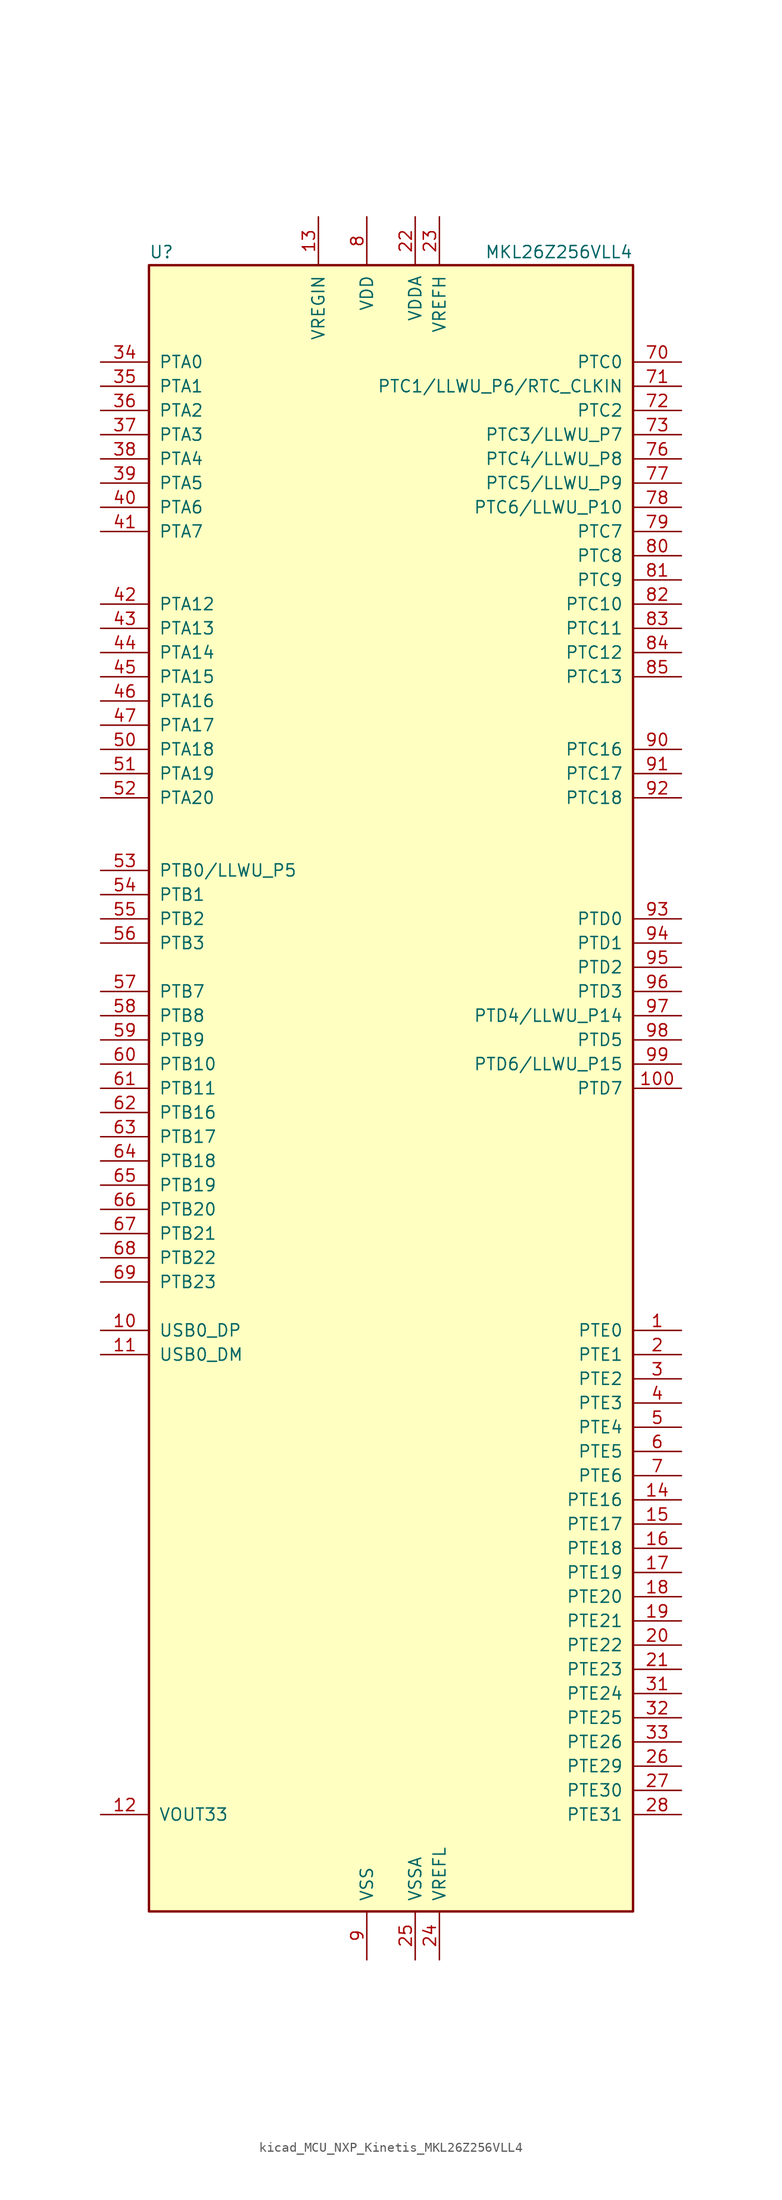
<source format=kicad_sym>
(kicad_symbol_lib
  (version 20220914)
  (generator kicad_symbol_editor)
  (symbol "kicad_MCU_NXP_Kinetis_MKL26Z256VLL4"
    (pin_names
      (offset 1.016))
    (property "Reference" "U"
      (at -25.4 86.995 0)
      (effects (font (size 1.27 1.27)) (justify left bottom)))
    (property "Value" "MKL26Z256VLL4"
      (at 25.4 86.995 0)
      (effects (font (size 1.27 1.27)) (justify right bottom)))
    (symbol "kicad_MCU_NXP_Kinetis_MKL26Z256VLL4_0_1"
      (rectangle (start -25.4 86.36) (end 25.4 -86.36) (stroke (width 0.254) (type default)) (fill (type background))))
    (symbol "kicad_MCU_NXP_Kinetis_MKL26Z256VLL4_1_1"
      (pin bidirectional line (at 30.48 -25.4 180) (length 5.08) (name "PTE0" (effects (font (size 1.27 1.27)))) (number "1" (effects (font (size 1.27 1.27)))))
      (pin bidirectional line (at -30.48 -25.4 0) (length 5.08) (name "USB0_DP" (effects (font (size 1.27 1.27)))) (number "10" (effects (font (size 1.27 1.27)))))
      (pin bidirectional line (at 30.48 0 180) (length 5.08) (name "PTD7" (effects (font (size 1.27 1.27)))) (number "100" (effects (font (size 1.27 1.27)))))
      (pin bidirectional line (at -30.48 -27.94 0) (length 5.08) (name "USB0_DM" (effects (font (size 1.27 1.27)))) (number "11" (effects (font (size 1.27 1.27)))))
      (pin power_out line (at -30.48 -76.2 0) (length 5.08) (name "VOUT33" (effects (font (size 1.27 1.27)))) (number "12" (effects (font (size 1.27 1.27)))))
      (pin power_in line (at -7.62 91.44 270) (length 5.08) (name "VREGIN" (effects (font (size 1.27 1.27)))) (number "13" (effects (font (size 1.27 1.27)))))
      (pin bidirectional line (at 30.48 -43.18 180) (length 5.08) (name "PTE16" (effects (font (size 1.27 1.27)))) (number "14" (effects (font (size 1.27 1.27)))))
      (pin bidirectional line (at 30.48 -45.72 180) (length 5.08) (name "PTE17" (effects (font (size 1.27 1.27)))) (number "15" (effects (font (size 1.27 1.27)))))
      (pin bidirectional line (at 30.48 -48.26 180) (length 5.08) (name "PTE18" (effects (font (size 1.27 1.27)))) (number "16" (effects (font (size 1.27 1.27)))))
      (pin bidirectional line (at 30.48 -50.8 180) (length 5.08) (name "PTE19" (effects (font (size 1.27 1.27)))) (number "17" (effects (font (size 1.27 1.27)))))
      (pin bidirectional line (at 30.48 -53.34 180) (length 5.08) (name "PTE20" (effects (font (size 1.27 1.27)))) (number "18" (effects (font (size 1.27 1.27)))))
      (pin bidirectional line (at 30.48 -55.88 180) (length 5.08) (name "PTE21" (effects (font (size 1.27 1.27)))) (number "19" (effects (font (size 1.27 1.27)))))
      (pin bidirectional line (at 30.48 -27.94 180) (length 5.08) (name "PTE1" (effects (font (size 1.27 1.27)))) (number "2" (effects (font (size 1.27 1.27)))))
      (pin bidirectional line (at 30.48 -58.42 180) (length 5.08) (name "PTE22" (effects (font (size 1.27 1.27)))) (number "20" (effects (font (size 1.27 1.27)))))
      (pin bidirectional line (at 30.48 -60.96 180) (length 5.08) (name "PTE23" (effects (font (size 1.27 1.27)))) (number "21" (effects (font (size 1.27 1.27)))))
      (pin power_in line (at 2.54 91.44 270) (length 5.08) (name "VDDA" (effects (font (size 1.27 1.27)))) (number "22" (effects (font (size 1.27 1.27)))))
      (pin power_in line (at 5.08 91.44 270) (length 5.08) (name "VREFH" (effects (font (size 1.27 1.27)))) (number "23" (effects (font (size 1.27 1.27)))))
      (pin power_in line (at 5.08 -91.44 90) (length 5.08) (name "VREFL" (effects (font (size 1.27 1.27)))) (number "24" (effects (font (size 1.27 1.27)))))
      (pin power_in line (at 2.54 -91.44 90) (length 5.08) (name "VSSA" (effects (font (size 1.27 1.27)))) (number "25" (effects (font (size 1.27 1.27)))))
      (pin bidirectional line (at 30.48 -71.12 180) (length 5.08) (name "PTE29" (effects (font (size 1.27 1.27)))) (number "26" (effects (font (size 1.27 1.27)))))
      (pin bidirectional line (at 30.48 -73.66 180) (length 5.08) (name "PTE30" (effects (font (size 1.27 1.27)))) (number "27" (effects (font (size 1.27 1.27)))))
      (pin bidirectional line (at 30.48 -76.2 180) (length 5.08) (name "PTE31" (effects (font (size 1.27 1.27)))) (number "28" (effects (font (size 1.27 1.27)))))
      (pin passive line (at -2.54 -91.44 90) (length 5.08) hide (name "VSS" (effects (font (size 1.27 1.27)))) (number "29" (effects (font (size 1.27 1.27)))))
      (pin bidirectional line (at 30.48 -30.48 180) (length 5.08) (name "PTE2" (effects (font (size 1.27 1.27)))) (number "3" (effects (font (size 1.27 1.27)))))
      (pin passive line (at -2.54 91.44 270) (length 5.08) hide (name "VDD" (effects (font (size 1.27 1.27)))) (number "30" (effects (font (size 1.27 1.27)))))
      (pin bidirectional line (at 30.48 -63.5 180) (length 5.08) (name "PTE24" (effects (font (size 1.27 1.27)))) (number "31" (effects (font (size 1.27 1.27)))))
      (pin bidirectional line (at 30.48 -66.04 180) (length 5.08) (name "PTE25" (effects (font (size 1.27 1.27)))) (number "32" (effects (font (size 1.27 1.27)))))
      (pin bidirectional line (at 30.48 -68.58 180) (length 5.08) (name "PTE26" (effects (font (size 1.27 1.27)))) (number "33" (effects (font (size 1.27 1.27)))))
      (pin bidirectional line (at -30.48 76.2 0) (length 5.08) (name "PTA0" (effects (font (size 1.27 1.27)))) (number "34" (effects (font (size 1.27 1.27)))))
      (pin bidirectional line (at -30.48 73.66 0) (length 5.08) (name "PTA1" (effects (font (size 1.27 1.27)))) (number "35" (effects (font (size 1.27 1.27)))))
      (pin bidirectional line (at -30.48 71.12 0) (length 5.08) (name "PTA2" (effects (font (size 1.27 1.27)))) (number "36" (effects (font (size 1.27 1.27)))))
      (pin bidirectional line (at -30.48 68.58 0) (length 5.08) (name "PTA3" (effects (font (size 1.27 1.27)))) (number "37" (effects (font (size 1.27 1.27)))))
      (pin bidirectional line (at -30.48 66.04 0) (length 5.08) (name "PTA4" (effects (font (size 1.27 1.27)))) (number "38" (effects (font (size 1.27 1.27)))))
      (pin bidirectional line (at -30.48 63.5 0) (length 5.08) (name "PTA5" (effects (font (size 1.27 1.27)))) (number "39" (effects (font (size 1.27 1.27)))))
      (pin bidirectional line (at 30.48 -33.02 180) (length 5.08) (name "PTE3" (effects (font (size 1.27 1.27)))) (number "4" (effects (font (size 1.27 1.27)))))
      (pin bidirectional line (at -30.48 60.96 0) (length 5.08) (name "PTA6" (effects (font (size 1.27 1.27)))) (number "40" (effects (font (size 1.27 1.27)))))
      (pin bidirectional line (at -30.48 58.42 0) (length 5.08) (name "PTA7" (effects (font (size 1.27 1.27)))) (number "41" (effects (font (size 1.27 1.27)))))
      (pin bidirectional line (at -30.48 50.8 0) (length 5.08) (name "PTA12" (effects (font (size 1.27 1.27)))) (number "42" (effects (font (size 1.27 1.27)))))
      (pin bidirectional line (at -30.48 48.26 0) (length 5.08) (name "PTA13" (effects (font (size 1.27 1.27)))) (number "43" (effects (font (size 1.27 1.27)))))
      (pin bidirectional line (at -30.48 45.72 0) (length 5.08) (name "PTA14" (effects (font (size 1.27 1.27)))) (number "44" (effects (font (size 1.27 1.27)))))
      (pin bidirectional line (at -30.48 43.18 0) (length 5.08) (name "PTA15" (effects (font (size 1.27 1.27)))) (number "45" (effects (font (size 1.27 1.27)))))
      (pin bidirectional line (at -30.48 40.64 0) (length 5.08) (name "PTA16" (effects (font (size 1.27 1.27)))) (number "46" (effects (font (size 1.27 1.27)))))
      (pin bidirectional line (at -30.48 38.1 0) (length 5.08) (name "PTA17" (effects (font (size 1.27 1.27)))) (number "47" (effects (font (size 1.27 1.27)))))
      (pin passive line (at -2.54 91.44 270) (length 5.08) hide (name "VDD" (effects (font (size 1.27 1.27)))) (number "48" (effects (font (size 1.27 1.27)))))
      (pin passive line (at -2.54 -91.44 90) (length 5.08) hide (name "VSS" (effects (font (size 1.27 1.27)))) (number "49" (effects (font (size 1.27 1.27)))))
      (pin bidirectional line (at 30.48 -35.56 180) (length 5.08) (name "PTE4" (effects (font (size 1.27 1.27)))) (number "5" (effects (font (size 1.27 1.27)))))
      (pin bidirectional line (at -30.48 35.56 0) (length 5.08) (name "PTA18" (effects (font (size 1.27 1.27)))) (number "50" (effects (font (size 1.27 1.27)))))
      (pin bidirectional line (at -30.48 33.02 0) (length 5.08) (name "PTA19" (effects (font (size 1.27 1.27)))) (number "51" (effects (font (size 1.27 1.27)))))
      (pin bidirectional line (at -30.48 30.48 0) (length 5.08) (name "PTA20" (effects (font (size 1.27 1.27)))) (number "52" (effects (font (size 1.27 1.27)))))
      (pin bidirectional line (at -30.48 22.86 0) (length 5.08) (name "PTB0/LLWU_P5" (effects (font (size 1.27 1.27)))) (number "53" (effects (font (size 1.27 1.27)))))
      (pin bidirectional line (at -30.48 20.32 0) (length 5.08) (name "PTB1" (effects (font (size 1.27 1.27)))) (number "54" (effects (font (size 1.27 1.27)))))
      (pin bidirectional line (at -30.48 17.78 0) (length 5.08) (name "PTB2" (effects (font (size 1.27 1.27)))) (number "55" (effects (font (size 1.27 1.27)))))
      (pin bidirectional line (at -30.48 15.24 0) (length 5.08) (name "PTB3" (effects (font (size 1.27 1.27)))) (number "56" (effects (font (size 1.27 1.27)))))
      (pin bidirectional line (at -30.48 10.16 0) (length 5.08) (name "PTB7" (effects (font (size 1.27 1.27)))) (number "57" (effects (font (size 1.27 1.27)))))
      (pin bidirectional line (at -30.48 7.62 0) (length 5.08) (name "PTB8" (effects (font (size 1.27 1.27)))) (number "58" (effects (font (size 1.27 1.27)))))
      (pin bidirectional line (at -30.48 5.08 0) (length 5.08) (name "PTB9" (effects (font (size 1.27 1.27)))) (number "59" (effects (font (size 1.27 1.27)))))
      (pin bidirectional line (at 30.48 -38.1 180) (length 5.08) (name "PTE5" (effects (font (size 1.27 1.27)))) (number "6" (effects (font (size 1.27 1.27)))))
      (pin bidirectional line (at -30.48 2.54 0) (length 5.08) (name "PTB10" (effects (font (size 1.27 1.27)))) (number "60" (effects (font (size 1.27 1.27)))))
      (pin bidirectional line (at -30.48 0 0) (length 5.08) (name "PTB11" (effects (font (size 1.27 1.27)))) (number "61" (effects (font (size 1.27 1.27)))))
      (pin bidirectional line (at -30.48 -2.54 0) (length 5.08) (name "PTB16" (effects (font (size 1.27 1.27)))) (number "62" (effects (font (size 1.27 1.27)))))
      (pin bidirectional line (at -30.48 -5.08 0) (length 5.08) (name "PTB17" (effects (font (size 1.27 1.27)))) (number "63" (effects (font (size 1.27 1.27)))))
      (pin bidirectional line (at -30.48 -7.62 0) (length 5.08) (name "PTB18" (effects (font (size 1.27 1.27)))) (number "64" (effects (font (size 1.27 1.27)))))
      (pin bidirectional line (at -30.48 -10.16 0) (length 5.08) (name "PTB19" (effects (font (size 1.27 1.27)))) (number "65" (effects (font (size 1.27 1.27)))))
      (pin bidirectional line (at -30.48 -12.7 0) (length 5.08) (name "PTB20" (effects (font (size 1.27 1.27)))) (number "66" (effects (font (size 1.27 1.27)))))
      (pin bidirectional line (at -30.48 -15.24 0) (length 5.08) (name "PTB21" (effects (font (size 1.27 1.27)))) (number "67" (effects (font (size 1.27 1.27)))))
      (pin bidirectional line (at -30.48 -17.78 0) (length 5.08) (name "PTB22" (effects (font (size 1.27 1.27)))) (number "68" (effects (font (size 1.27 1.27)))))
      (pin bidirectional line (at -30.48 -20.32 0) (length 5.08) (name "PTB23" (effects (font (size 1.27 1.27)))) (number "69" (effects (font (size 1.27 1.27)))))
      (pin bidirectional line (at 30.48 -40.64 180) (length 5.08) (name "PTE6" (effects (font (size 1.27 1.27)))) (number "7" (effects (font (size 1.27 1.27)))))
      (pin bidirectional line (at 30.48 76.2 180) (length 5.08) (name "PTC0" (effects (font (size 1.27 1.27)))) (number "70" (effects (font (size 1.27 1.27)))))
      (pin bidirectional line (at 30.48 73.66 180) (length 5.08) (name "PTC1/LLWU_P6/RTC_CLKIN" (effects (font (size 1.27 1.27)))) (number "71" (effects (font (size 1.27 1.27)))))
      (pin bidirectional line (at 30.48 71.12 180) (length 5.08) (name "PTC2" (effects (font (size 1.27 1.27)))) (number "72" (effects (font (size 1.27 1.27)))))
      (pin bidirectional line (at 30.48 68.58 180) (length 5.08) (name "PTC3/LLWU_P7" (effects (font (size 1.27 1.27)))) (number "73" (effects (font (size 1.27 1.27)))))
      (pin passive line (at -2.54 -91.44 90) (length 5.08) hide (name "VSS" (effects (font (size 1.27 1.27)))) (number "74" (effects (font (size 1.27 1.27)))))
      (pin passive line (at -2.54 91.44 270) (length 5.08) hide (name "VDD" (effects (font (size 1.27 1.27)))) (number "75" (effects (font (size 1.27 1.27)))))
      (pin bidirectional line (at 30.48 66.04 180) (length 5.08) (name "PTC4/LLWU_P8" (effects (font (size 1.27 1.27)))) (number "76" (effects (font (size 1.27 1.27)))))
      (pin bidirectional line (at 30.48 63.5 180) (length 5.08) (name "PTC5/LLWU_P9" (effects (font (size 1.27 1.27)))) (number "77" (effects (font (size 1.27 1.27)))))
      (pin bidirectional line (at 30.48 60.96 180) (length 5.08) (name "PTC6/LLWU_P10" (effects (font (size 1.27 1.27)))) (number "78" (effects (font (size 1.27 1.27)))))
      (pin bidirectional line (at 30.48 58.42 180) (length 5.08) (name "PTC7" (effects (font (size 1.27 1.27)))) (number "79" (effects (font (size 1.27 1.27)))))
      (pin power_in line (at -2.54 91.44 270) (length 5.08) (name "VDD" (effects (font (size 1.27 1.27)))) (number "8" (effects (font (size 1.27 1.27)))))
      (pin bidirectional line (at 30.48 55.88 180) (length 5.08) (name "PTC8" (effects (font (size 1.27 1.27)))) (number "80" (effects (font (size 1.27 1.27)))))
      (pin bidirectional line (at 30.48 53.34 180) (length 5.08) (name "PTC9" (effects (font (size 1.27 1.27)))) (number "81" (effects (font (size 1.27 1.27)))))
      (pin bidirectional line (at 30.48 50.8 180) (length 5.08) (name "PTC10" (effects (font (size 1.27 1.27)))) (number "82" (effects (font (size 1.27 1.27)))))
      (pin bidirectional line (at 30.48 48.26 180) (length 5.08) (name "PTC11" (effects (font (size 1.27 1.27)))) (number "83" (effects (font (size 1.27 1.27)))))
      (pin bidirectional line (at 30.48 45.72 180) (length 5.08) (name "PTC12" (effects (font (size 1.27 1.27)))) (number "84" (effects (font (size 1.27 1.27)))))
      (pin bidirectional line (at 30.48 43.18 180) (length 5.08) (name "PTC13" (effects (font (size 1.27 1.27)))) (number "85" (effects (font (size 1.27 1.27)))))
      (pin no_connect line (at -25.4 -63.5 0) (length 5.08) hide (name "NC" (effects (font (size 1.27 1.27)))) (number "86" (effects (font (size 1.27 1.27)))))
      (pin no_connect line (at -25.4 -66.04 0) (length 5.08) hide (name "NC" (effects (font (size 1.27 1.27)))) (number "87" (effects (font (size 1.27 1.27)))))
      (pin no_connect line (at -25.4 -68.58 0) (length 5.08) hide (name "NC" (effects (font (size 1.27 1.27)))) (number "88" (effects (font (size 1.27 1.27)))))
      (pin no_connect line (at -25.4 -71.12 0) (length 5.08) hide (name "NC" (effects (font (size 1.27 1.27)))) (number "89" (effects (font (size 1.27 1.27)))))
      (pin power_in line (at -2.54 -91.44 90) (length 5.08) (name "VSS" (effects (font (size 1.27 1.27)))) (number "9" (effects (font (size 1.27 1.27)))))
      (pin bidirectional line (at 30.48 35.56 180) (length 5.08) (name "PTC16" (effects (font (size 1.27 1.27)))) (number "90" (effects (font (size 1.27 1.27)))))
      (pin bidirectional line (at 30.48 33.02 180) (length 5.08) (name "PTC17" (effects (font (size 1.27 1.27)))) (number "91" (effects (font (size 1.27 1.27)))))
      (pin bidirectional line (at 30.48 30.48 180) (length 5.08) (name "PTC18" (effects (font (size 1.27 1.27)))) (number "92" (effects (font (size 1.27 1.27)))))
      (pin bidirectional line (at 30.48 17.78 180) (length 5.08) (name "PTD0" (effects (font (size 1.27 1.27)))) (number "93" (effects (font (size 1.27 1.27)))))
      (pin bidirectional line (at 30.48 15.24 180) (length 5.08) (name "PTD1" (effects (font (size 1.27 1.27)))) (number "94" (effects (font (size 1.27 1.27)))))
      (pin bidirectional line (at 30.48 12.7 180) (length 5.08) (name "PTD2" (effects (font (size 1.27 1.27)))) (number "95" (effects (font (size 1.27 1.27)))))
      (pin bidirectional line (at 30.48 10.16 180) (length 5.08) (name "PTD3" (effects (font (size 1.27 1.27)))) (number "96" (effects (font (size 1.27 1.27)))))
      (pin bidirectional line (at 30.48 7.62 180) (length 5.08) (name "PTD4/LLWU_P14" (effects (font (size 1.27 1.27)))) (number "97" (effects (font (size 1.27 1.27)))))
      (pin bidirectional line (at 30.48 5.08 180) (length 5.08) (name "PTD5" (effects (font (size 1.27 1.27)))) (number "98" (effects (font (size 1.27 1.27)))))
      (pin bidirectional line (at 30.48 2.54 180) (length 5.08) (name "PTD6/LLWU_P15" (effects (font (size 1.27 1.27)))) (number "99" (effects (font (size 1.27 1.27))))))))
</source>
